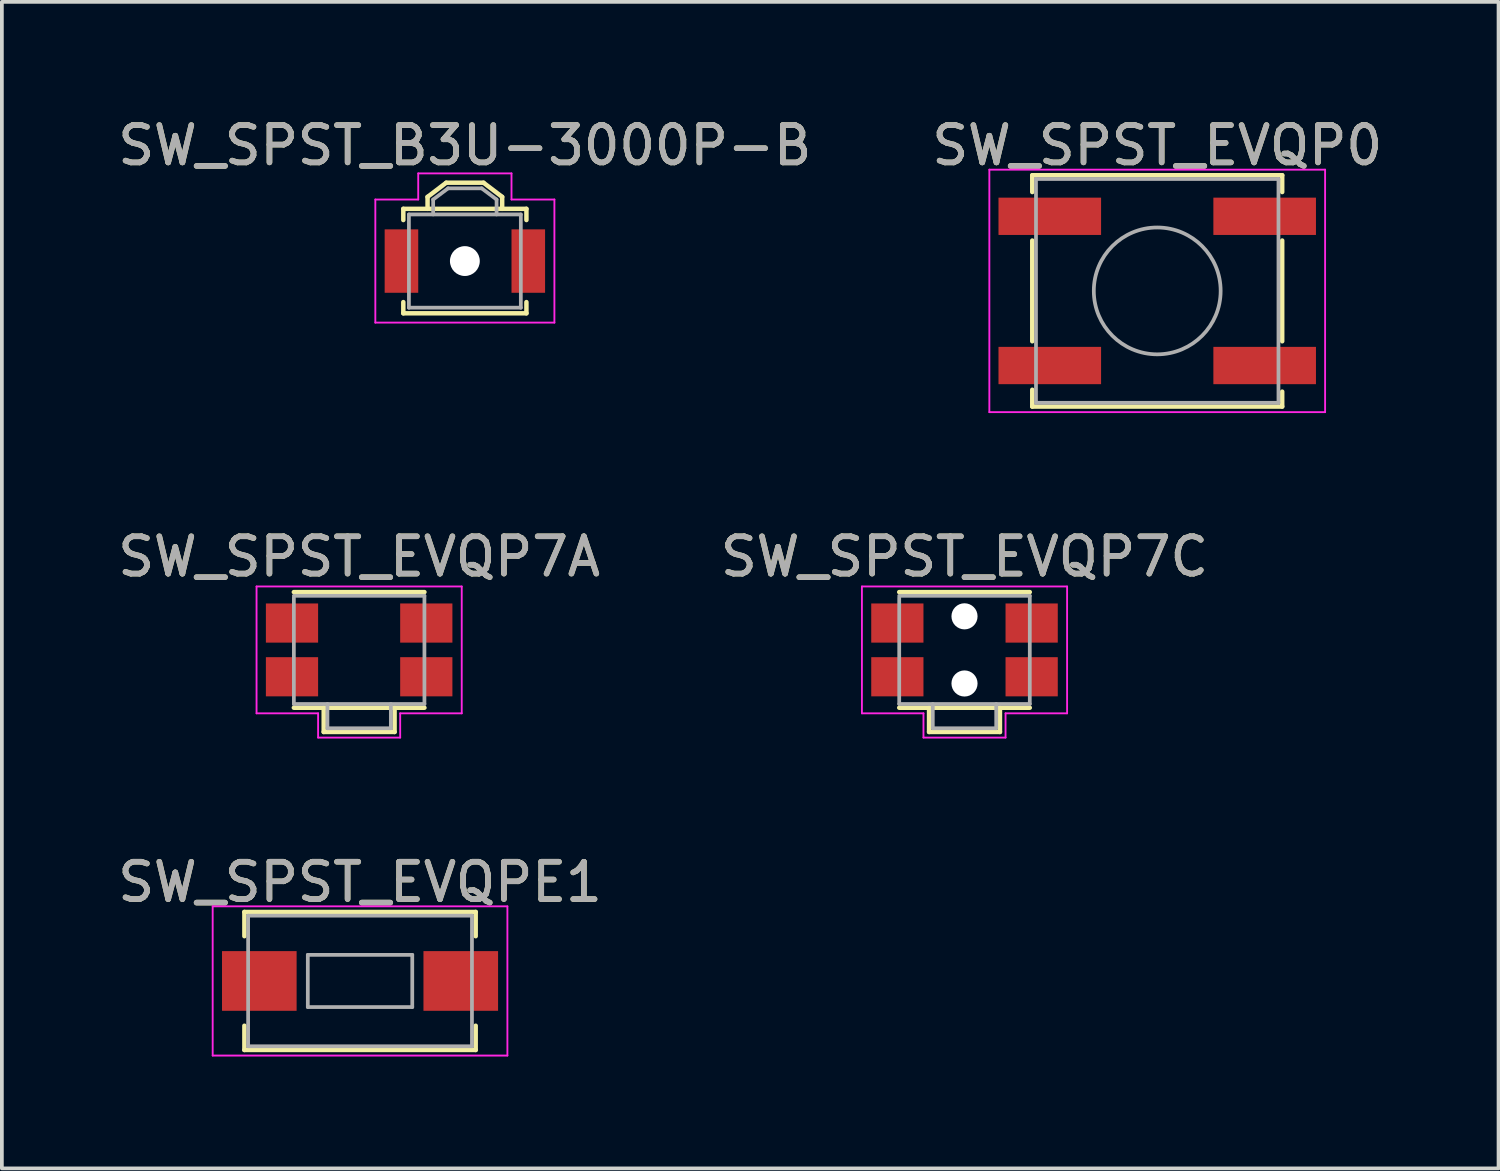
<source format=kicad_pcb>
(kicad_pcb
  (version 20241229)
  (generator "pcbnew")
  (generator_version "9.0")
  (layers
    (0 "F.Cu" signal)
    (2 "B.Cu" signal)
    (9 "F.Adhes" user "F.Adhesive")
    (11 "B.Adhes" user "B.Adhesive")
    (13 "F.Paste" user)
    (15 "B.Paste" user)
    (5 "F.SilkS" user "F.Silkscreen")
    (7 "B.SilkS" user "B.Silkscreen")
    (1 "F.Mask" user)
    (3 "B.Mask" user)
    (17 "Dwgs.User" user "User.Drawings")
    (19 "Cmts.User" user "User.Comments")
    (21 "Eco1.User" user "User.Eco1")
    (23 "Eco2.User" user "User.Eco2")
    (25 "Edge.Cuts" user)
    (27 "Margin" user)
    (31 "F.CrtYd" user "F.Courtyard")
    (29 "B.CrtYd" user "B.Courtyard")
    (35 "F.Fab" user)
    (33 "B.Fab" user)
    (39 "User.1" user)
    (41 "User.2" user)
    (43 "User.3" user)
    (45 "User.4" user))
  (footprint "SW_SPST_EVQP7A"
    (layer "F.Cu")
    (at 6.577 14.371)
    (property "Reference" "SW_SPST_EVQP7A" (at 0 -2.5 0) (layer "F.SilkS") (effects (font (size 1 1) (thickness 0.15))))
    (attr smd)
    (fp_line (start -1.75 -1.55) (end 1.75 -1.55) (stroke (width 0.12) (type solid)) (layer "F.SilkS"))
    (fp_line (start -0.95 2.2) (end -0.95 1.55) (stroke (width 0.12) (type solid)) (layer "F.SilkS"))
    (fp_line (start 0.95 1.55) (end 0.95 2.2) (stroke (width 0.12) (type solid)) (layer "F.SilkS"))
    (fp_line (start 0.95 2.2) (end -0.95 2.2) (stroke (width 0.12) (type solid)) (layer "F.SilkS"))
    (fp_line (start 1.75 1.55) (end -1.75 1.55) (stroke (width 0.12) (type solid)) (layer "F.SilkS"))
    (fp_line (start -2.75 -1.7) (end 2.75 -1.7) (stroke (width 0.05) (type solid)) (layer "F.CrtYd"))
    (fp_line (start -2.75 1.7) (end -2.75 -1.7) (stroke (width 0.05) (type solid)) (layer "F.CrtYd"))
    (fp_line (start -1.1 1.7) (end -2.75 1.7) (stroke (width 0.05) (type solid)) (layer "F.CrtYd"))
    (fp_line (start -1.1 2.35) (end -1.1 1.7) (stroke (width 0.05) (type solid)) (layer "F.CrtYd"))
    (fp_line (start 1.1 1.7) (end 1.1 2.35) (stroke (width 0.05) (type solid)) (layer "F.CrtYd"))
    (fp_line (start 1.1 2.35) (end -1.1 2.35) (stroke (width 0.05) (type solid)) (layer "F.CrtYd"))
    (fp_line (start 2.75 -1.7) (end 2.75 1.7) (stroke (width 0.05) (type solid)) (layer "F.CrtYd"))
    (fp_line (start 2.75 1.7) (end 1.1 1.7) (stroke (width 0.05) (type solid)) (layer "F.CrtYd"))
    (fp_line (start -1.75 -1.45) (end 1.75 -1.45) (stroke (width 0.1) (type solid)) (layer "F.Fab"))
    (fp_line (start -1.75 1.45) (end -1.75 -1.4) (stroke (width 0.1) (type solid)) (layer "F.Fab"))
    (fp_line (start -0.85 2.1) (end -0.85 1.45) (stroke (width 0.1) (type solid)) (layer "F.Fab"))
    (fp_line (start -0.85 2.1) (end 0.85 2.1) (stroke (width 0.1) (type solid)) (layer "F.Fab"))
    (fp_line (start 0.85 2.1) (end 0.85 1.45) (stroke (width 0.1) (type solid)) (layer "F.Fab"))
    (fp_line (start 1.75 -1.45) (end 1.75 1.45) (stroke (width 0.1) (type solid)) (layer "F.Fab"))
    (fp_line (start 1.75 1.45) (end -1.75 1.45) (stroke (width 0.1) (type solid)) (layer "F.Fab"))
    (fp_text user "${REFERENCE}" (at 0 -2.5 0) (layer "F.Fab") (effects (font (size 1 1) (thickness 0.15))))
    (pad "1" smd rect (at -1.8 -0.72) (size 1.4 1.05) (layers "F.Cu" "F.Mask" "F.Paste"))
    (pad "1" smd rect (at 1.8 -0.72) (size 1.4 1.05) (layers "F.Cu" "F.Mask" "F.Paste"))
    (pad "2" smd rect (at -1.8 0.72) (size 1.4 1.05) (layers "F.Cu" "F.Mask" "F.Paste"))
    (pad "2" smd rect (at 1.8 0.72) (size 1.4 1.05) (layers "F.Cu" "F.Mask" "F.Paste")))
  (footprint "SW_SPST_EVQPE1"
    (layer "F.Cu")
    (at 6.601 23.245)
    (property "Reference" "SW_SPST_EVQPE1" (at 0 -2.65 0) (layer "F.SilkS") (effects (font (size 1 1) (thickness 0.15))))
    (attr smd)
    (fp_line (start -3.1 -1.85) (end -3.1 -1.2) (stroke (width 0.12) (type solid)) (layer "F.SilkS"))
    (fp_line (start -3.1 1.2) (end -3.1 1.85) (stroke (width 0.12) (type solid)) (layer "F.SilkS"))
    (fp_line (start -3.1 1.85) (end 3.1 1.85) (stroke (width 0.12) (type solid)) (layer "F.SilkS"))
    (fp_line (start 3.1 -1.85) (end -3.1 -1.85) (stroke (width 0.12) (type solid)) (layer "F.SilkS"))
    (fp_line (start 3.1 -1.85) (end 3.1 -1.2) (stroke (width 0.12) (type solid)) (layer "F.SilkS"))
    (fp_line (start 3.1 1.85) (end 3.1 1.2) (stroke (width 0.12) (type solid)) (layer "F.SilkS"))
    (fp_line (start -3.95 -2) (end 3.95 -2) (stroke (width 0.05) (type solid)) (layer "F.CrtYd"))
    (fp_line (start -3.95 2) (end -3.95 -2) (stroke (width 0.05) (type solid)) (layer "F.CrtYd"))
    (fp_line (start 3.95 -2) (end 3.95 2) (stroke (width 0.05) (type solid)) (layer "F.CrtYd"))
    (fp_line (start 3.95 2) (end -3.95 2) (stroke (width 0.05) (type solid)) (layer "F.CrtYd"))
    (fp_line (start -3 -1.75) (end 3 -1.75) (stroke (width 0.1) (type solid)) (layer "F.Fab"))
    (fp_line (start -3 1.75) (end -3 -1.75) (stroke (width 0.1) (type solid)) (layer "F.Fab"))
    (fp_line (start -1.4 -0.7) (end 1.4 -0.7) (stroke (width 0.1) (type solid)) (layer "F.Fab"))
    (fp_line (start -1.4 0.7) (end -1.4 -0.7) (stroke (width 0.1) (type solid)) (layer "F.Fab"))
    (fp_line (start 1.4 -0.7) (end 1.4 0.7) (stroke (width 0.1) (type solid)) (layer "F.Fab"))
    (fp_line (start 1.4 0.7) (end -1.4 0.7) (stroke (width 0.1) (type solid)) (layer "F.Fab"))
    (fp_line (start 3 -1.75) (end 3 1.75) (stroke (width 0.1) (type solid)) (layer "F.Fab"))
    (fp_line (start 3 1.75) (end -3 1.75) (stroke (width 0.1) (type solid)) (layer "F.Fab"))
    (fp_text user "${REFERENCE}" (at 0 -2.65 0) (layer "F.Fab") (effects (font (size 1 1) (thickness 0.15))))
    (pad "1" smd rect (at -2.7 0) (size 2 1.6) (layers "F.Cu" "F.Mask" "F.Paste"))
    (pad "2" smd rect (at 2.7 0) (size 2 1.6) (layers "F.Cu" "F.Mask" "F.Paste")))
  (footprint "SW_SPST_EVQP7C"
    (layer "F.Cu")
    (at 22.804 14.371)
    (property "Reference" "SW_SPST_EVQP7C" (at 0 -2.5 0) (layer "F.SilkS") (effects (font (size 1 1) (thickness 0.15))))
    (attr smd)
    (fp_line (start -1.75 -1.55) (end 1.75 -1.55) (stroke (width 0.12) (type solid)) (layer "F.SilkS"))
    (fp_line (start -0.95 2.2) (end -0.95 1.55) (stroke (width 0.12) (type solid)) (layer "F.SilkS"))
    (fp_line (start 0.95 1.55) (end 0.95 2.2) (stroke (width 0.12) (type solid)) (layer "F.SilkS"))
    (fp_line (start 0.95 2.2) (end -0.95 2.2) (stroke (width 0.12) (type solid)) (layer "F.SilkS"))
    (fp_line (start 1.75 1.55) (end -1.75 1.55) (stroke (width 0.12) (type solid)) (layer "F.SilkS"))
    (fp_line (start -2.75 -1.7) (end 2.75 -1.7) (stroke (width 0.05) (type solid)) (layer "F.CrtYd"))
    (fp_line (start -2.75 1.7) (end -2.75 -1.7) (stroke (width 0.05) (type solid)) (layer "F.CrtYd"))
    (fp_line (start -1.1 1.7) (end -2.75 1.7) (stroke (width 0.05) (type solid)) (layer "F.CrtYd"))
    (fp_line (start -1.1 2.35) (end -1.1 1.7) (stroke (width 0.05) (type solid)) (layer "F.CrtYd"))
    (fp_line (start 1.1 1.7) (end 1.1 2.35) (stroke (width 0.05) (type solid)) (layer "F.CrtYd"))
    (fp_line (start 1.1 2.35) (end -1.1 2.35) (stroke (width 0.05) (type solid)) (layer "F.CrtYd"))
    (fp_line (start 2.75 -1.7) (end 2.75 1.7) (stroke (width 0.05) (type solid)) (layer "F.CrtYd"))
    (fp_line (start 2.75 1.7) (end 1.1 1.7) (stroke (width 0.05) (type solid)) (layer "F.CrtYd"))
    (fp_line (start -1.75 -1.45) (end 1.75 -1.45) (stroke (width 0.1) (type solid)) (layer "F.Fab"))
    (fp_line (start -1.75 1.45) (end -1.75 -1.4) (stroke (width 0.1) (type solid)) (layer "F.Fab"))
    (fp_line (start -0.85 2.1) (end -0.85 1.45) (stroke (width 0.1) (type solid)) (layer "F.Fab"))
    (fp_line (start -0.85 2.1) (end 0.85 2.1) (stroke (width 0.1) (type solid)) (layer "F.Fab"))
    (fp_line (start 0.85 2.1) (end 0.85 1.45) (stroke (width 0.1) (type solid)) (layer "F.Fab"))
    (fp_line (start 1.75 -1.45) (end 1.75 1.45) (stroke (width 0.1) (type solid)) (layer "F.Fab"))
    (fp_line (start 1.75 1.45) (end -1.75 1.45) (stroke (width 0.1) (type solid)) (layer "F.Fab"))
    (fp_text user "${REFERENCE}" (at 0 -2.5 0) (layer "F.Fab") (effects (font (size 1 1) (thickness 0.15))))
    (pad "" np_thru_hole circle (at 0 -0.9) (size 0.7 0.7) (drill 0.7) (layers "*.Cu" "*.Mask"))
    (pad "" np_thru_hole circle (at 0 0.9) (size 0.7 0.7) (drill 0.7) (layers "*.Cu" "*.Mask"))
    (pad "1" smd rect (at -1.8 -0.72) (size 1.4 1.05) (layers "F.Cu" "F.Mask" "F.Paste"))
    (pad "1" smd rect (at 1.8 -0.72) (size 1.4 1.05) (layers "F.Cu" "F.Mask" "F.Paste"))
    (pad "2" smd rect (at -1.8 0.72) (size 1.4 1.05) (layers "F.Cu" "F.Mask" "F.Paste"))
    (pad "2" smd rect (at 1.8 0.72) (size 1.4 1.05) (layers "F.Cu" "F.Mask" "F.Paste")))
  (footprint "SW_SPST_EVQP0"
    (layer "F.Cu")
    (at 27.97 4.748)
    (property "Reference" "SW_SPST_EVQP0" (at 0 -3.9 0) (layer "F.SilkS") (effects (font (size 1 1) (thickness 0.15))))
    (attr smd)
    (fp_line (start -3.35 -3.1) (end 3.35 -3.1) (stroke (width 0.12) (type solid)) (layer "F.SilkS"))
    (fp_line (start -3.35 -2.65) (end -3.35 -3.1) (stroke (width 0.12) (type solid)) (layer "F.SilkS"))
    (fp_line (start -3.35 1.35) (end -3.35 -1.35) (stroke (width 0.12) (type solid)) (layer "F.SilkS"))
    (fp_line (start -3.35 2.65) (end -3.35 3.1) (stroke (width 0.12) (type solid)) (layer "F.SilkS"))
    (fp_line (start -3.35 3.1) (end 3.35 3.1) (stroke (width 0.12) (type solid)) (layer "F.SilkS"))
    (fp_line (start 3.35 -3.1) (end 3.35 -2.65) (stroke (width 0.12) (type solid)) (layer "F.SilkS"))
    (fp_line (start 3.35 -1.35) (end 3.35 1.35) (stroke (width 0.12) (type solid)) (layer "F.SilkS"))
    (fp_line (start 3.35 3.1) (end 3.35 2.7) (stroke (width 0.12) (type solid)) (layer "F.SilkS"))
    (fp_line (start -4.5 -3.25) (end 4.5 -3.25) (stroke (width 0.05) (type solid)) (layer "F.CrtYd"))
    (fp_line (start -4.5 3.25) (end -4.5 -3.25) (stroke (width 0.05) (type solid)) (layer "F.CrtYd"))
    (fp_line (start 4.5 -3.25) (end 4.5 3.25) (stroke (width 0.05) (type solid)) (layer "F.CrtYd"))
    (fp_line (start 4.5 3.25) (end -4.5 3.25) (stroke (width 0.05) (type solid)) (layer "F.CrtYd"))
    (fp_line (start -3.25 -3) (end 3.25 -3) (stroke (width 0.1) (type solid)) (layer "F.Fab"))
    (fp_line (start -3.25 3) (end -3.25 -3) (stroke (width 0.1) (type solid)) (layer "F.Fab"))
    (fp_line (start 3.25 -3) (end 3.25 3) (stroke (width 0.1) (type solid)) (layer "F.Fab"))
    (fp_line (start 3.25 3) (end -3.25 3) (stroke (width 0.1) (type solid)) (layer "F.Fab"))
    (fp_circle (center 0 0) (end 1.7 0) (stroke (width 0.1) (type solid)) (fill no) (layer "F.Fab"))
    (fp_text user "${REFERENCE}" (at 0 -3.9 0) (layer "F.Fab") (effects (font (size 1 1) (thickness 0.15))))
    (pad "1" smd rect (at -2.88 -2) (size 2.75 1) (layers "F.Cu" "F.Mask" "F.Paste"))
    (pad "1" smd rect (at 2.88 -2) (size 2.75 1) (layers "F.Cu" "F.Mask" "F.Paste"))
    (pad "2" smd rect (at -2.88 2) (size 2.75 1) (layers "F.Cu" "F.Mask" "F.Paste"))
    (pad "2" smd rect (at 2.88 2) (size 2.75 1) (layers "F.Cu" "F.Mask" "F.Paste")))
  (footprint "SW_SPST_B3U-3000P-B"
    (layer "F.Cu")
    (at 9.411 3.948)
    (property "Reference" "SW_SPST_B3U-3000P-B" (at 0 -3.1 0) (layer "F.SilkS") (effects (font (size 1 1) (thickness 0.15))))
    (attr smd)
    (fp_line (start -1.65 -1.4) (end 1.65 -1.4) (stroke (width 0.12) (type solid)) (layer "F.SilkS"))
    (fp_line (start -1.65 -1.1) (end -1.65 -1.4) (stroke (width 0.12) (type solid)) (layer "F.SilkS"))
    (fp_line (start -1.65 1.1) (end -1.65 1.4) (stroke (width 0.12) (type solid)) (layer "F.SilkS"))
    (fp_line (start -1.65 1.4) (end 1.65 1.4) (stroke (width 0.12) (type solid)) (layer "F.SilkS"))
    (fp_line (start -1 -1.72) (end -1 -1.4) (stroke (width 0.12) (type solid)) (layer "F.SilkS"))
    (fp_line (start -0.5 -2.1) (end -1 -1.72) (stroke (width 0.12) (type solid)) (layer "F.SilkS"))
    (fp_line (start -0.5 -2.1) (end 0.5 -2.1) (stroke (width 0.12) (type solid)) (layer "F.SilkS"))
    (fp_line (start 0.5 -2.1) (end 1 -1.72) (stroke (width 0.12) (type solid)) (layer "F.SilkS"))
    (fp_line (start 1 -1.72) (end 1 -1.4) (stroke (width 0.12) (type solid)) (layer "F.SilkS"))
    (fp_line (start 1.65 -1.4) (end 1.65 -1.1) (stroke (width 0.12) (type solid)) (layer "F.SilkS"))
    (fp_line (start 1.65 1.4) (end 1.65 1.1) (stroke (width 0.12) (type solid)) (layer "F.SilkS"))
    (fp_line (start -2.4 -1.65) (end -2.4 1.65) (stroke (width 0.05) (type solid)) (layer "F.CrtYd"))
    (fp_line (start -2.4 1.65) (end 2.4 1.65) (stroke (width 0.05) (type solid)) (layer "F.CrtYd"))
    (fp_line (start -1.25 -2.35) (end 1.25 -2.35) (stroke (width 0.05) (type solid)) (layer "F.CrtYd"))
    (fp_line (start -1.25 -1.65) (end -2.4 -1.65) (stroke (width 0.05) (type solid)) (layer "F.CrtYd"))
    (fp_line (start -1.25 -1.65) (end -1.25 -2.35) (stroke (width 0.05) (type solid)) (layer "F.CrtYd"))
    (fp_line (start 1.25 -2.35) (end 1.25 -1.65) (stroke (width 0.05) (type solid)) (layer "F.CrtYd"))
    (fp_line (start 1.25 -1.65) (end 2.4 -1.65) (stroke (width 0.05) (type solid)) (layer "F.CrtYd"))
    (fp_line (start 2.4 1.65) (end 2.4 -1.65) (stroke (width 0.05) (type solid)) (layer "F.CrtYd"))
    (fp_line (start -1.5 -1.25) (end 1.5 -1.25) (stroke (width 0.1) (type solid)) (layer "F.Fab"))
    (fp_line (start -1.5 1.25) (end -1.5 -1.25) (stroke (width 0.1) (type solid)) (layer "F.Fab"))
    (fp_line (start -0.85 -1.65) (end -0.45 -1.95) (stroke (width 0.1) (type solid)) (layer "F.Fab"))
    (fp_line (start -0.85 -1.25) (end -0.85 -1.65) (stroke (width 0.1) (type solid)) (layer "F.Fab"))
    (fp_line (start -0.45 -1.95) (end 0.45 -1.95) (stroke (width 0.1) (type solid)) (layer "F.Fab"))
    (fp_line (start 0.45 -1.95) (end 0.85 -1.65) (stroke (width 0.1) (type solid)) (layer "F.Fab"))
    (fp_line (start 0.85 -1.65) (end 0.85 -1.25) (stroke (width 0.1) (type solid)) (layer "F.Fab"))
    (fp_line (start 1.5 -1.25) (end 1.5 1.25) (stroke (width 0.1) (type solid)) (layer "F.Fab"))
    (fp_line (start 1.5 1.25) (end -1.5 1.25) (stroke (width 0.1) (type solid)) (layer "F.Fab"))
    (fp_text user "${REFERENCE}" (at 0 -3.1 0) (layer "F.Fab") (effects (font (size 1 1) (thickness 0.15))))
    (pad "" np_thru_hole circle (at 0 0) (size 0.8 0.8) (drill 0.8) (layers "*.Cu" "*.Mask"))
    (pad "1" smd rect (at -1.7 0) (size 0.9 1.7) (layers "F.Cu" "F.Mask" "F.Paste"))
    (pad "2" smd rect (at 1.7 0) (size 0.9 1.7) (layers "F.Cu" "F.Mask" "F.Paste")))
  (gr_rect
    (start -3 -3)
    (end 37.119 28.27)
    (stroke (width 0.1) (type default))
    (fill no)
    (layer "Edge.Cuts")))
</source>
